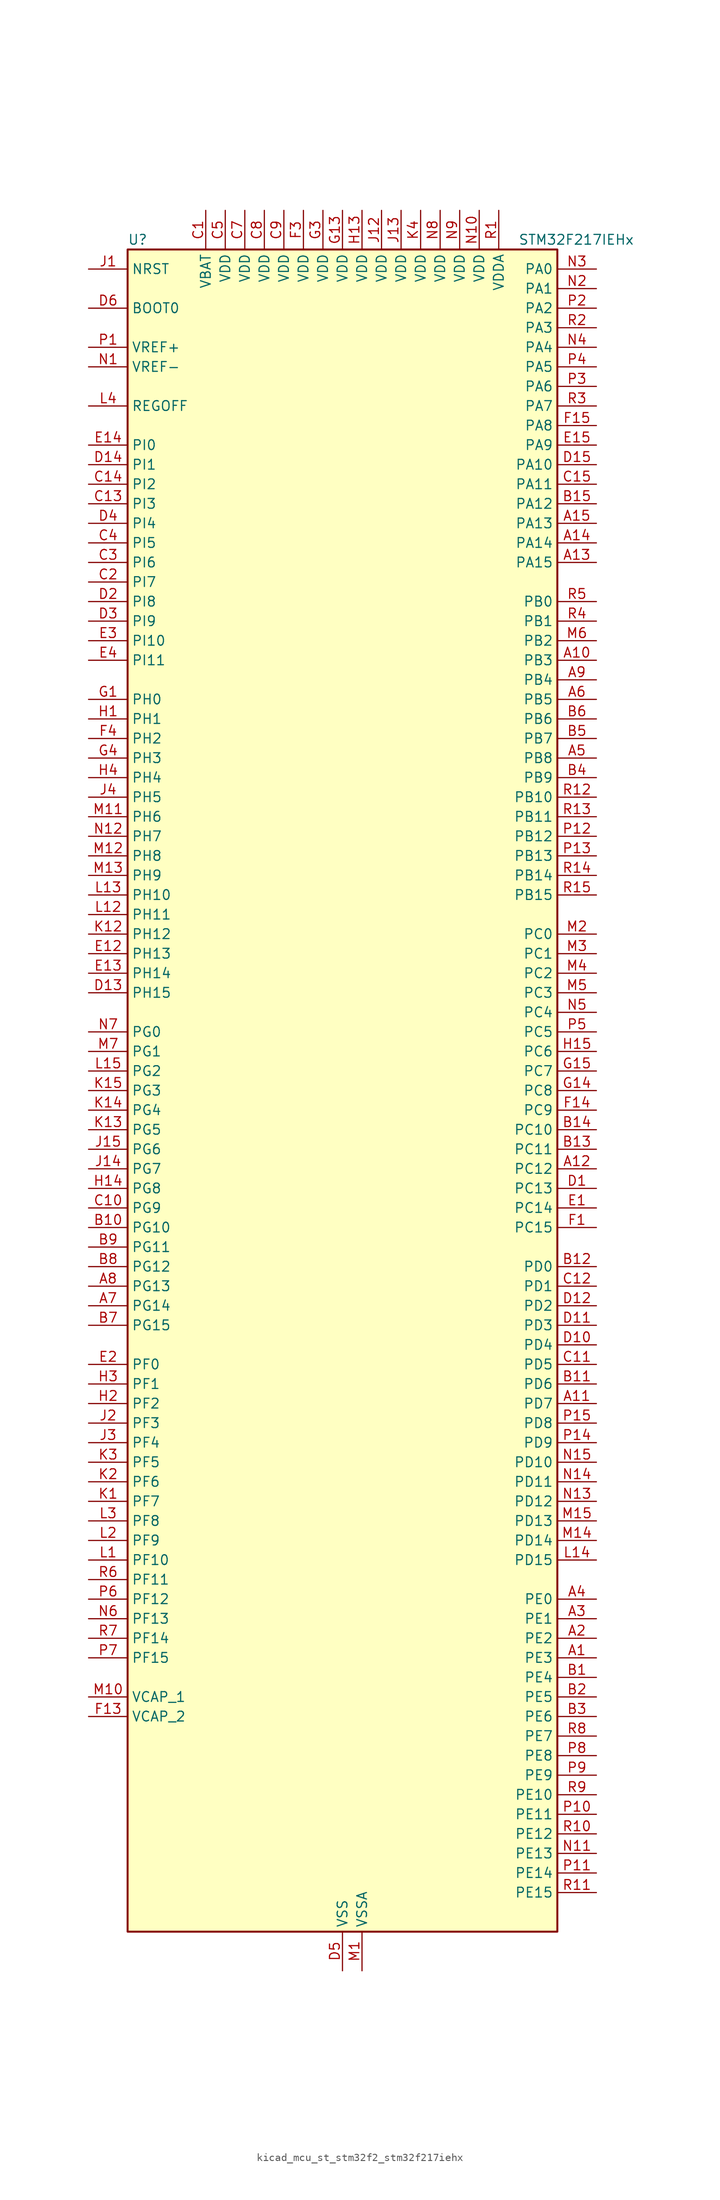
<source format=kicad_sym>
(kicad_symbol_lib
  (version 20220914)
  (generator kicad_symbol_editor)
  (symbol "kicad_mcu_st_stm32f2_stm32f217iehx"
    (property "Reference" "U"
      (at -27.94 110.49 0)
      (effects (font (size 1.27 1.27)) (justify left)))
    (property "Value" "STM32F217IEHx"
      (at 22.86 110.49 0)
      (effects (font (size 1.27 1.27)) (justify left)))
    (property "ki_locked" ""
      (at 0 0 0)
      (effects (font (size 1.27 1.27))))
    (symbol "kicad_mcu_st_stm32f2_stm32f217iehx_0_1"
      (rectangle (start -27.94 -109.22) (end 27.94 109.22) (stroke (width 0.254) (type default)) (fill (type background))))
    (symbol "kicad_mcu_st_stm32f2_stm32f217iehx_1_1"
      (pin bidirectional line (at 33.02 -73.66 180) (length 5.08) (name "PE3" (effects (font (size 1.27 1.27)))) (number "A1" (effects (font (size 1.27 1.27)))) (alternate "FSMC_A19" bidirectional line) (alternate "SYS_TRACED0" bidirectional line))
      (pin bidirectional line (at 33.02 55.88 180) (length 5.08) (name "PB3" (effects (font (size 1.27 1.27)))) (number "A10" (effects (font (size 1.27 1.27)))) (alternate "I2S3_SCK" bidirectional line) (alternate "SPI1_SCK" bidirectional line) (alternate "SPI3_SCK" bidirectional line) (alternate "SYS_JTDO-SWO" bidirectional line) (alternate "TIM2_CH2" bidirectional line))
      (pin bidirectional line (at 33.02 -40.64 180) (length 5.08) (name "PD7" (effects (font (size 1.27 1.27)))) (number "A11" (effects (font (size 1.27 1.27)))) (alternate "FSMC_NCE2" bidirectional line) (alternate "FSMC_NE1" bidirectional line) (alternate "USART2_CK" bidirectional line))
      (pin bidirectional line (at 33.02 -10.16 180) (length 5.08) (name "PC12" (effects (font (size 1.27 1.27)))) (number "A12" (effects (font (size 1.27 1.27)))) (alternate "DCMI_D9" bidirectional line) (alternate "I2S3_SD" bidirectional line) (alternate "SDIO_CK" bidirectional line) (alternate "SPI3_MOSI" bidirectional line) (alternate "UART5_TX" bidirectional line) (alternate "USART3_CK" bidirectional line))
      (pin bidirectional line (at 33.02 68.58 180) (length 5.08) (name "PA15" (effects (font (size 1.27 1.27)))) (number "A13" (effects (font (size 1.27 1.27)))) (alternate "ADC1_EXTI15" bidirectional line) (alternate "ADC2_EXTI15" bidirectional line) (alternate "ADC3_EXTI15" bidirectional line) (alternate "I2S3_WS" bidirectional line) (alternate "SPI1_NSS" bidirectional line) (alternate "SPI3_NSS" bidirectional line) (alternate "SYS_JTDI" bidirectional line) (alternate "TIM2_CH1" bidirectional line) (alternate "TIM2_ETR" bidirectional line))
      (pin bidirectional line (at 33.02 71.12 180) (length 5.08) (name "PA14" (effects (font (size 1.27 1.27)))) (number "A14" (effects (font (size 1.27 1.27)))) (alternate "SYS_JTCK-SWCLK" bidirectional line))
      (pin bidirectional line (at 33.02 73.66 180) (length 5.08) (name "PA13" (effects (font (size 1.27 1.27)))) (number "A15" (effects (font (size 1.27 1.27)))) (alternate "SYS_JTMS-SWDIO" bidirectional line))
      (pin bidirectional line (at 33.02 -71.12 180) (length 5.08) (name "PE2" (effects (font (size 1.27 1.27)))) (number "A2" (effects (font (size 1.27 1.27)))) (alternate "ETH_TXD3" bidirectional line) (alternate "FSMC_A23" bidirectional line) (alternate "SYS_TRACECLK" bidirectional line))
      (pin bidirectional line (at 33.02 -68.58 180) (length 5.08) (name "PE1" (effects (font (size 1.27 1.27)))) (number "A3" (effects (font (size 1.27 1.27)))) (alternate "DCMI_D3" bidirectional line) (alternate "FSMC_NBL1" bidirectional line))
      (pin bidirectional line (at 33.02 -66.04 180) (length 5.08) (name "PE0" (effects (font (size 1.27 1.27)))) (number "A4" (effects (font (size 1.27 1.27)))) (alternate "DCMI_D2" bidirectional line) (alternate "FSMC_NBL0" bidirectional line) (alternate "TIM4_ETR" bidirectional line))
      (pin bidirectional line (at 33.02 43.18 180) (length 5.08) (name "PB8" (effects (font (size 1.27 1.27)))) (number "A5" (effects (font (size 1.27 1.27)))) (alternate "CAN1_RX" bidirectional line) (alternate "DCMI_D6" bidirectional line) (alternate "ETH_TXD3" bidirectional line) (alternate "I2C1_SCL" bidirectional line) (alternate "SDIO_D4" bidirectional line) (alternate "TIM10_CH1" bidirectional line) (alternate "TIM4_CH3" bidirectional line))
      (pin bidirectional line (at 33.02 50.8 180) (length 5.08) (name "PB5" (effects (font (size 1.27 1.27)))) (number "A6" (effects (font (size 1.27 1.27)))) (alternate "CAN2_RX" bidirectional line) (alternate "DCMI_D10" bidirectional line) (alternate "ETH_PPS_OUT" bidirectional line) (alternate "I2C1_SMBA" bidirectional line) (alternate "I2S3_SD" bidirectional line) (alternate "SPI1_MOSI" bidirectional line) (alternate "SPI3_MOSI" bidirectional line) (alternate "TIM3_CH2" bidirectional line) (alternate "USB_OTG_HS_ULPI_D7" bidirectional line))
      (pin bidirectional line (at -33.02 -27.94 0) (length 5.08) (name "PG14" (effects (font (size 1.27 1.27)))) (number "A7" (effects (font (size 1.27 1.27)))) (alternate "ETH_TXD1" bidirectional line) (alternate "FSMC_A25" bidirectional line) (alternate "USART6_TX" bidirectional line))
      (pin bidirectional line (at -33.02 -25.4 0) (length 5.08) (name "PG13" (effects (font (size 1.27 1.27)))) (number "A8" (effects (font (size 1.27 1.27)))) (alternate "ETH_TXD0" bidirectional line) (alternate "FSMC_A24" bidirectional line) (alternate "USART6_CTS" bidirectional line))
      (pin bidirectional line (at 33.02 53.34 180) (length 5.08) (name "PB4" (effects (font (size 1.27 1.27)))) (number "A9" (effects (font (size 1.27 1.27)))) (alternate "SPI1_MISO" bidirectional line) (alternate "SPI3_MISO" bidirectional line) (alternate "SYS_JTRST" bidirectional line) (alternate "TIM3_CH1" bidirectional line))
      (pin bidirectional line (at 33.02 -76.2 180) (length 5.08) (name "PE4" (effects (font (size 1.27 1.27)))) (number "B1" (effects (font (size 1.27 1.27)))) (alternate "DCMI_D4" bidirectional line) (alternate "FSMC_A20" bidirectional line) (alternate "SYS_TRACED1" bidirectional line))
      (pin bidirectional line (at -33.02 -17.78 0) (length 5.08) (name "PG10" (effects (font (size 1.27 1.27)))) (number "B10" (effects (font (size 1.27 1.27)))) (alternate "FSMC_NCE4_1" bidirectional line) (alternate "FSMC_NE3" bidirectional line))
      (pin bidirectional line (at 33.02 -38.1 180) (length 5.08) (name "PD6" (effects (font (size 1.27 1.27)))) (number "B11" (effects (font (size 1.27 1.27)))) (alternate "FSMC_NWAIT" bidirectional line) (alternate "USART2_RX" bidirectional line))
      (pin bidirectional line (at 33.02 -22.86 180) (length 5.08) (name "PD0" (effects (font (size 1.27 1.27)))) (number "B12" (effects (font (size 1.27 1.27)))) (alternate "CAN1_RX" bidirectional line) (alternate "FSMC_D2" bidirectional line) (alternate "FSMC_DA2" bidirectional line))
      (pin bidirectional line (at 33.02 -7.62 180) (length 5.08) (name "PC11" (effects (font (size 1.27 1.27)))) (number "B13" (effects (font (size 1.27 1.27)))) (alternate "ADC1_EXTI11" bidirectional line) (alternate "ADC2_EXTI11" bidirectional line) (alternate "ADC3_EXTI11" bidirectional line) (alternate "DCMI_D4" bidirectional line) (alternate "SDIO_D3" bidirectional line) (alternate "SPI3_MISO" bidirectional line) (alternate "UART4_RX" bidirectional line) (alternate "USART3_RX" bidirectional line))
      (pin bidirectional line (at 33.02 -5.08 180) (length 5.08) (name "PC10" (effects (font (size 1.27 1.27)))) (number "B14" (effects (font (size 1.27 1.27)))) (alternate "DCMI_D8" bidirectional line) (alternate "I2S3_SCK" bidirectional line) (alternate "SDIO_D2" bidirectional line) (alternate "SPI3_SCK" bidirectional line) (alternate "UART4_TX" bidirectional line) (alternate "USART3_TX" bidirectional line))
      (pin bidirectional line (at 33.02 76.2 180) (length 5.08) (name "PA12" (effects (font (size 1.27 1.27)))) (number "B15" (effects (font (size 1.27 1.27)))) (alternate "CAN1_TX" bidirectional line) (alternate "TIM1_ETR" bidirectional line) (alternate "USART1_RTS" bidirectional line) (alternate "USB_OTG_FS_DP" bidirectional line))
      (pin bidirectional line (at 33.02 -78.74 180) (length 5.08) (name "PE5" (effects (font (size 1.27 1.27)))) (number "B2" (effects (font (size 1.27 1.27)))) (alternate "DCMI_D6" bidirectional line) (alternate "FSMC_A21" bidirectional line) (alternate "SYS_TRACED2" bidirectional line) (alternate "TIM9_CH1" bidirectional line))
      (pin bidirectional line (at 33.02 -81.28 180) (length 5.08) (name "PE6" (effects (font (size 1.27 1.27)))) (number "B3" (effects (font (size 1.27 1.27)))) (alternate "DCMI_D7" bidirectional line) (alternate "FSMC_A22" bidirectional line) (alternate "SYS_TRACED3" bidirectional line) (alternate "TIM9_CH2" bidirectional line))
      (pin bidirectional line (at 33.02 40.64 180) (length 5.08) (name "PB9" (effects (font (size 1.27 1.27)))) (number "B4" (effects (font (size 1.27 1.27)))) (alternate "CAN1_TX" bidirectional line) (alternate "DAC_EXTI9" bidirectional line) (alternate "DCMI_D7" bidirectional line) (alternate "I2C1_SDA" bidirectional line) (alternate "I2S2_WS" bidirectional line) (alternate "SDIO_D5" bidirectional line) (alternate "SPI2_NSS" bidirectional line) (alternate "TIM11_CH1" bidirectional line) (alternate "TIM4_CH4" bidirectional line))
      (pin bidirectional line (at 33.02 45.72 180) (length 5.08) (name "PB7" (effects (font (size 1.27 1.27)))) (number "B5" (effects (font (size 1.27 1.27)))) (alternate "DCMI_VSYNC" bidirectional line) (alternate "FSMC_NL" bidirectional line) (alternate "I2C1_SDA" bidirectional line) (alternate "TIM4_CH2" bidirectional line) (alternate "USART1_RX" bidirectional line))
      (pin bidirectional line (at 33.02 48.26 180) (length 5.08) (name "PB6" (effects (font (size 1.27 1.27)))) (number "B6" (effects (font (size 1.27 1.27)))) (alternate "CAN2_TX" bidirectional line) (alternate "DCMI_D5" bidirectional line) (alternate "I2C1_SCL" bidirectional line) (alternate "TIM4_CH1" bidirectional line) (alternate "USART1_TX" bidirectional line))
      (pin bidirectional line (at -33.02 -30.48 0) (length 5.08) (name "PG15" (effects (font (size 1.27 1.27)))) (number "B7" (effects (font (size 1.27 1.27)))) (alternate "ADC1_EXTI15" bidirectional line) (alternate "ADC2_EXTI15" bidirectional line) (alternate "ADC3_EXTI15" bidirectional line) (alternate "DCMI_D13" bidirectional line) (alternate "USART6_CTS" bidirectional line))
      (pin bidirectional line (at -33.02 -22.86 0) (length 5.08) (name "PG12" (effects (font (size 1.27 1.27)))) (number "B8" (effects (font (size 1.27 1.27)))) (alternate "FSMC_NE4" bidirectional line) (alternate "USART6_RTS" bidirectional line))
      (pin bidirectional line (at -33.02 -20.32 0) (length 5.08) (name "PG11" (effects (font (size 1.27 1.27)))) (number "B9" (effects (font (size 1.27 1.27)))) (alternate "ADC1_EXTI11" bidirectional line) (alternate "ADC2_EXTI11" bidirectional line) (alternate "ADC3_EXTI11" bidirectional line) (alternate "ETH_TX_EN" bidirectional line) (alternate "FSMC_NCE4_2" bidirectional line))
      (pin power_in line (at -17.78 114.3 270) (length 5.08) (name "VBAT" (effects (font (size 1.27 1.27)))) (number "C1" (effects (font (size 1.27 1.27)))))
      (pin bidirectional line (at -33.02 -15.24 0) (length 5.08) (name "PG9" (effects (font (size 1.27 1.27)))) (number "C10" (effects (font (size 1.27 1.27)))) (alternate "DAC_EXTI9" bidirectional line) (alternate "FSMC_NCE3" bidirectional line) (alternate "FSMC_NE2" bidirectional line) (alternate "USART6_RX" bidirectional line))
      (pin bidirectional line (at 33.02 -35.56 180) (length 5.08) (name "PD5" (effects (font (size 1.27 1.27)))) (number "C11" (effects (font (size 1.27 1.27)))) (alternate "FSMC_NWE" bidirectional line) (alternate "USART2_TX" bidirectional line))
      (pin bidirectional line (at 33.02 -25.4 180) (length 5.08) (name "PD1" (effects (font (size 1.27 1.27)))) (number "C12" (effects (font (size 1.27 1.27)))) (alternate "CAN1_TX" bidirectional line) (alternate "FSMC_D3" bidirectional line) (alternate "FSMC_DA3" bidirectional line))
      (pin bidirectional line (at -33.02 76.2 0) (length 5.08) (name "PI3" (effects (font (size 1.27 1.27)))) (number "C13" (effects (font (size 1.27 1.27)))) (alternate "DCMI_D10" bidirectional line) (alternate "I2S2_SD" bidirectional line) (alternate "SPI2_MOSI" bidirectional line) (alternate "TIM8_ETR" bidirectional line))
      (pin bidirectional line (at -33.02 78.74 0) (length 5.08) (name "PI2" (effects (font (size 1.27 1.27)))) (number "C14" (effects (font (size 1.27 1.27)))) (alternate "DCMI_D9" bidirectional line) (alternate "SPI2_MISO" bidirectional line) (alternate "TIM8_CH4" bidirectional line))
      (pin bidirectional line (at 33.02 78.74 180) (length 5.08) (name "PA11" (effects (font (size 1.27 1.27)))) (number "C15" (effects (font (size 1.27 1.27)))) (alternate "ADC1_EXTI11" bidirectional line) (alternate "ADC2_EXTI11" bidirectional line) (alternate "ADC3_EXTI11" bidirectional line) (alternate "CAN1_RX" bidirectional line) (alternate "TIM1_CH4" bidirectional line) (alternate "USART1_CTS" bidirectional line) (alternate "USB_OTG_FS_DM" bidirectional line))
      (pin bidirectional line (at -33.02 66.04 0) (length 5.08) (name "PI7" (effects (font (size 1.27 1.27)))) (number "C2" (effects (font (size 1.27 1.27)))) (alternate "DCMI_D7" bidirectional line) (alternate "TIM8_CH3" bidirectional line))
      (pin bidirectional line (at -33.02 68.58 0) (length 5.08) (name "PI6" (effects (font (size 1.27 1.27)))) (number "C3" (effects (font (size 1.27 1.27)))) (alternate "DCMI_D6" bidirectional line) (alternate "TIM8_CH2" bidirectional line))
      (pin bidirectional line (at -33.02 71.12 0) (length 5.08) (name "PI5" (effects (font (size 1.27 1.27)))) (number "C4" (effects (font (size 1.27 1.27)))) (alternate "DCMI_VSYNC" bidirectional line) (alternate "TIM8_CH1" bidirectional line))
      (pin power_in line (at -15.24 114.3 270) (length 5.08) (name "VDD" (effects (font (size 1.27 1.27)))) (number "C5" (effects (font (size 1.27 1.27)))))
      (pin no_connect line (at -27.94 -109.22 0) (length 5.08) hide (name "RFU" (effects (font (size 1.27 1.27)))) (number "C6" (effects (font (size 1.27 1.27)))))
      (pin power_in line (at -12.7 114.3 270) (length 5.08) (name "VDD" (effects (font (size 1.27 1.27)))) (number "C7" (effects (font (size 1.27 1.27)))))
      (pin power_in line (at -10.16 114.3 270) (length 5.08) (name "VDD" (effects (font (size 1.27 1.27)))) (number "C8" (effects (font (size 1.27 1.27)))))
      (pin power_in line (at -7.62 114.3 270) (length 5.08) (name "VDD" (effects (font (size 1.27 1.27)))) (number "C9" (effects (font (size 1.27 1.27)))))
      (pin bidirectional line (at 33.02 -12.7 180) (length 5.08) (name "PC13" (effects (font (size 1.27 1.27)))) (number "D1" (effects (font (size 1.27 1.27)))) (alternate "RTC_AF1" bidirectional line))
      (pin bidirectional line (at 33.02 -33.02 180) (length 5.08) (name "PD4" (effects (font (size 1.27 1.27)))) (number "D10" (effects (font (size 1.27 1.27)))) (alternate "FSMC_NOE" bidirectional line) (alternate "USART2_RTS" bidirectional line))
      (pin bidirectional line (at 33.02 -30.48 180) (length 5.08) (name "PD3" (effects (font (size 1.27 1.27)))) (number "D11" (effects (font (size 1.27 1.27)))) (alternate "FSMC_CLK" bidirectional line) (alternate "USART2_CTS" bidirectional line))
      (pin bidirectional line (at 33.02 -27.94 180) (length 5.08) (name "PD2" (effects (font (size 1.27 1.27)))) (number "D12" (effects (font (size 1.27 1.27)))) (alternate "DCMI_D11" bidirectional line) (alternate "SDIO_CMD" bidirectional line) (alternate "TIM3_ETR" bidirectional line) (alternate "UART5_RX" bidirectional line))
      (pin bidirectional line (at -33.02 12.7 0) (length 5.08) (name "PH15" (effects (font (size 1.27 1.27)))) (number "D13" (effects (font (size 1.27 1.27)))) (alternate "ADC1_EXTI15" bidirectional line) (alternate "ADC2_EXTI15" bidirectional line) (alternate "ADC3_EXTI15" bidirectional line) (alternate "DCMI_D11" bidirectional line) (alternate "TIM8_CH3N" bidirectional line))
      (pin bidirectional line (at -33.02 81.28 0) (length 5.08) (name "PI1" (effects (font (size 1.27 1.27)))) (number "D14" (effects (font (size 1.27 1.27)))) (alternate "DCMI_D8" bidirectional line) (alternate "I2S2_SCK" bidirectional line) (alternate "SPI2_SCK" bidirectional line))
      (pin bidirectional line (at 33.02 81.28 180) (length 5.08) (name "PA10" (effects (font (size 1.27 1.27)))) (number "D15" (effects (font (size 1.27 1.27)))) (alternate "DCMI_D1" bidirectional line) (alternate "TIM1_CH3" bidirectional line) (alternate "USART1_RX" bidirectional line) (alternate "USB_OTG_FS_ID" bidirectional line))
      (pin bidirectional line (at -33.02 63.5 0) (length 5.08) (name "PI8" (effects (font (size 1.27 1.27)))) (number "D2" (effects (font (size 1.27 1.27)))) (alternate "RTC_AF2" bidirectional line))
      (pin bidirectional line (at -33.02 60.96 0) (length 5.08) (name "PI9" (effects (font (size 1.27 1.27)))) (number "D3" (effects (font (size 1.27 1.27)))) (alternate "CAN1_RX" bidirectional line) (alternate "DAC_EXTI9" bidirectional line))
      (pin bidirectional line (at -33.02 73.66 0) (length 5.08) (name "PI4" (effects (font (size 1.27 1.27)))) (number "D4" (effects (font (size 1.27 1.27)))) (alternate "DCMI_D5" bidirectional line) (alternate "TIM8_BKIN" bidirectional line))
      (pin power_in line (at 0 -114.3 90) (length 5.08) (name "VSS" (effects (font (size 1.27 1.27)))) (number "D5" (effects (font (size 1.27 1.27)))))
      (pin input line (at -33.02 101.6 0) (length 5.08) (name "BOOT0" (effects (font (size 1.27 1.27)))) (number "D6" (effects (font (size 1.27 1.27)))))
      (pin passive line (at 0 -114.3 90) (length 5.08) hide (name "VSS" (effects (font (size 1.27 1.27)))) (number "D7" (effects (font (size 1.27 1.27)))))
      (pin passive line (at 0 -114.3 90) (length 5.08) hide (name "VSS" (effects (font (size 1.27 1.27)))) (number "D8" (effects (font (size 1.27 1.27)))))
      (pin passive line (at 0 -114.3 90) (length 5.08) hide (name "VSS" (effects (font (size 1.27 1.27)))) (number "D9" (effects (font (size 1.27 1.27)))))
      (pin bidirectional line (at 33.02 -15.24 180) (length 5.08) (name "PC14" (effects (font (size 1.27 1.27)))) (number "E1" (effects (font (size 1.27 1.27)))) (alternate "RCC_OSC32_IN" bidirectional line))
      (pin bidirectional line (at -33.02 17.78 0) (length 5.08) (name "PH13" (effects (font (size 1.27 1.27)))) (number "E12" (effects (font (size 1.27 1.27)))) (alternate "CAN1_TX" bidirectional line) (alternate "TIM8_CH1N" bidirectional line))
      (pin bidirectional line (at -33.02 15.24 0) (length 5.08) (name "PH14" (effects (font (size 1.27 1.27)))) (number "E13" (effects (font (size 1.27 1.27)))) (alternate "DCMI_D4" bidirectional line) (alternate "TIM8_CH2N" bidirectional line))
      (pin bidirectional line (at -33.02 83.82 0) (length 5.08) (name "PI0" (effects (font (size 1.27 1.27)))) (number "E14" (effects (font (size 1.27 1.27)))) (alternate "DCMI_D13" bidirectional line) (alternate "I2S2_WS" bidirectional line) (alternate "SPI2_NSS" bidirectional line) (alternate "TIM5_CH4" bidirectional line))
      (pin bidirectional line (at 33.02 83.82 180) (length 5.08) (name "PA9" (effects (font (size 1.27 1.27)))) (number "E15" (effects (font (size 1.27 1.27)))) (alternate "DAC_EXTI9" bidirectional line) (alternate "DCMI_D0" bidirectional line) (alternate "I2C3_SMBA" bidirectional line) (alternate "TIM1_CH2" bidirectional line) (alternate "USART1_TX" bidirectional line) (alternate "USB_OTG_FS_VBUS" bidirectional line))
      (pin bidirectional line (at -33.02 -35.56 0) (length 5.08) (name "PF0" (effects (font (size 1.27 1.27)))) (number "E2" (effects (font (size 1.27 1.27)))) (alternate "FSMC_A0" bidirectional line) (alternate "I2C2_SDA" bidirectional line))
      (pin bidirectional line (at -33.02 58.42 0) (length 5.08) (name "PI10" (effects (font (size 1.27 1.27)))) (number "E3" (effects (font (size 1.27 1.27)))) (alternate "ETH_RX_ER" bidirectional line))
      (pin bidirectional line (at -33.02 55.88 0) (length 5.08) (name "PI11" (effects (font (size 1.27 1.27)))) (number "E4" (effects (font (size 1.27 1.27)))) (alternate "ADC1_EXTI11" bidirectional line) (alternate "ADC2_EXTI11" bidirectional line) (alternate "ADC3_EXTI11" bidirectional line) (alternate "USB_OTG_HS_ULPI_DIR" bidirectional line))
      (pin bidirectional line (at 33.02 -17.78 180) (length 5.08) (name "PC15" (effects (font (size 1.27 1.27)))) (number "F1" (effects (font (size 1.27 1.27)))) (alternate "ADC1_EXTI15" bidirectional line) (alternate "ADC2_EXTI15" bidirectional line) (alternate "ADC3_EXTI15" bidirectional line) (alternate "RCC_OSC32_OUT" bidirectional line))
      (pin passive line (at 0 -114.3 90) (length 5.08) hide (name "VSS" (effects (font (size 1.27 1.27)))) (number "F10" (effects (font (size 1.27 1.27)))))
      (pin passive line (at 0 -114.3 90) (length 5.08) hide (name "VSS" (effects (font (size 1.27 1.27)))) (number "F12" (effects (font (size 1.27 1.27)))))
      (pin power_out line (at -33.02 -81.28 0) (length 5.08) (name "VCAP_2" (effects (font (size 1.27 1.27)))) (number "F13" (effects (font (size 1.27 1.27)))))
      (pin bidirectional line (at 33.02 -2.54 180) (length 5.08) (name "PC9" (effects (font (size 1.27 1.27)))) (number "F14" (effects (font (size 1.27 1.27)))) (alternate "DAC_EXTI9" bidirectional line) (alternate "DCMI_D3" bidirectional line) (alternate "I2C3_SDA" bidirectional line) (alternate "I2S_CKIN" bidirectional line) (alternate "RCC_MCO_2" bidirectional line) (alternate "SDIO_D1" bidirectional line) (alternate "TIM3_CH4" bidirectional line) (alternate "TIM8_CH4" bidirectional line))
      (pin bidirectional line (at 33.02 86.36 180) (length 5.08) (name "PA8" (effects (font (size 1.27 1.27)))) (number "F15" (effects (font (size 1.27 1.27)))) (alternate "I2C3_SCL" bidirectional line) (alternate "RCC_MCO_1" bidirectional line) (alternate "TIM1_CH1" bidirectional line) (alternate "USART1_CK" bidirectional line) (alternate "USB_OTG_FS_SOF" bidirectional line))
      (pin passive line (at 0 -114.3 90) (length 5.08) hide (name "VSS" (effects (font (size 1.27 1.27)))) (number "F2" (effects (font (size 1.27 1.27)))))
      (pin power_in line (at -5.08 114.3 270) (length 5.08) (name "VDD" (effects (font (size 1.27 1.27)))) (number "F3" (effects (font (size 1.27 1.27)))))
      (pin bidirectional line (at -33.02 45.72 0) (length 5.08) (name "PH2" (effects (font (size 1.27 1.27)))) (number "F4" (effects (font (size 1.27 1.27)))) (alternate "ETH_CRS" bidirectional line))
      (pin passive line (at 0 -114.3 90) (length 5.08) hide (name "VSS" (effects (font (size 1.27 1.27)))) (number "F6" (effects (font (size 1.27 1.27)))))
      (pin passive line (at 0 -114.3 90) (length 5.08) hide (name "VSS" (effects (font (size 1.27 1.27)))) (number "F7" (effects (font (size 1.27 1.27)))))
      (pin passive line (at 0 -114.3 90) (length 5.08) hide (name "VSS" (effects (font (size 1.27 1.27)))) (number "F8" (effects (font (size 1.27 1.27)))))
      (pin passive line (at 0 -114.3 90) (length 5.08) hide (name "VSS" (effects (font (size 1.27 1.27)))) (number "F9" (effects (font (size 1.27 1.27)))))
      (pin bidirectional line (at -33.02 50.8 0) (length 5.08) (name "PH0" (effects (font (size 1.27 1.27)))) (number "G1" (effects (font (size 1.27 1.27)))) (alternate "RCC_OSC_IN" bidirectional line))
      (pin passive line (at 0 -114.3 90) (length 5.08) hide (name "VSS" (effects (font (size 1.27 1.27)))) (number "G10" (effects (font (size 1.27 1.27)))))
      (pin passive line (at 0 -114.3 90) (length 5.08) hide (name "VSS" (effects (font (size 1.27 1.27)))) (number "G12" (effects (font (size 1.27 1.27)))))
      (pin power_in line (at 0 114.3 270) (length 5.08) (name "VDD" (effects (font (size 1.27 1.27)))) (number "G13" (effects (font (size 1.27 1.27)))))
      (pin bidirectional line (at 33.02 0 180) (length 5.08) (name "PC8" (effects (font (size 1.27 1.27)))) (number "G14" (effects (font (size 1.27 1.27)))) (alternate "DCMI_D2" bidirectional line) (alternate "SDIO_D0" bidirectional line) (alternate "TIM3_CH3" bidirectional line) (alternate "TIM8_CH3" bidirectional line) (alternate "USART6_CK" bidirectional line))
      (pin bidirectional line (at 33.02 2.54 180) (length 5.08) (name "PC7" (effects (font (size 1.27 1.27)))) (number "G15" (effects (font (size 1.27 1.27)))) (alternate "DCMI_D1" bidirectional line) (alternate "I2S3_MCK" bidirectional line) (alternate "SDIO_D7" bidirectional line) (alternate "TIM3_CH2" bidirectional line) (alternate "TIM8_CH2" bidirectional line) (alternate "USART6_RX" bidirectional line))
      (pin passive line (at 0 -114.3 90) (length 5.08) hide (name "VSS" (effects (font (size 1.27 1.27)))) (number "G2" (effects (font (size 1.27 1.27)))))
      (pin power_in line (at -2.54 114.3 270) (length 5.08) (name "VDD" (effects (font (size 1.27 1.27)))) (number "G3" (effects (font (size 1.27 1.27)))))
      (pin bidirectional line (at -33.02 43.18 0) (length 5.08) (name "PH3" (effects (font (size 1.27 1.27)))) (number "G4" (effects (font (size 1.27 1.27)))) (alternate "ETH_COL" bidirectional line))
      (pin passive line (at 0 -114.3 90) (length 5.08) hide (name "VSS" (effects (font (size 1.27 1.27)))) (number "G6" (effects (font (size 1.27 1.27)))))
      (pin passive line (at 0 -114.3 90) (length 5.08) hide (name "VSS" (effects (font (size 1.27 1.27)))) (number "G7" (effects (font (size 1.27 1.27)))))
      (pin passive line (at 0 -114.3 90) (length 5.08) hide (name "VSS" (effects (font (size 1.27 1.27)))) (number "G8" (effects (font (size 1.27 1.27)))))
      (pin passive line (at 0 -114.3 90) (length 5.08) hide (name "VSS" (effects (font (size 1.27 1.27)))) (number "G9" (effects (font (size 1.27 1.27)))))
      (pin bidirectional line (at -33.02 48.26 0) (length 5.08) (name "PH1" (effects (font (size 1.27 1.27)))) (number "H1" (effects (font (size 1.27 1.27)))) (alternate "RCC_OSC_OUT" bidirectional line))
      (pin passive line (at 0 -114.3 90) (length 5.08) hide (name "VSS" (effects (font (size 1.27 1.27)))) (number "H10" (effects (font (size 1.27 1.27)))))
      (pin passive line (at 0 -114.3 90) (length 5.08) hide (name "VSS" (effects (font (size 1.27 1.27)))) (number "H12" (effects (font (size 1.27 1.27)))))
      (pin power_in line (at 2.54 114.3 270) (length 5.08) (name "VDD" (effects (font (size 1.27 1.27)))) (number "H13" (effects (font (size 1.27 1.27)))))
      (pin bidirectional line (at -33.02 -12.7 0) (length 5.08) (name "PG8" (effects (font (size 1.27 1.27)))) (number "H14" (effects (font (size 1.27 1.27)))) (alternate "ETH_PPS_OUT" bidirectional line) (alternate "USART6_RTS" bidirectional line))
      (pin bidirectional line (at 33.02 5.08 180) (length 5.08) (name "PC6" (effects (font (size 1.27 1.27)))) (number "H15" (effects (font (size 1.27 1.27)))) (alternate "DCMI_D0" bidirectional line) (alternate "I2S2_MCK" bidirectional line) (alternate "SDIO_D6" bidirectional line) (alternate "TIM3_CH1" bidirectional line) (alternate "TIM8_CH1" bidirectional line) (alternate "USART6_TX" bidirectional line))
      (pin bidirectional line (at -33.02 -40.64 0) (length 5.08) (name "PF2" (effects (font (size 1.27 1.27)))) (number "H2" (effects (font (size 1.27 1.27)))) (alternate "FSMC_A2" bidirectional line) (alternate "I2C2_SMBA" bidirectional line))
      (pin bidirectional line (at -33.02 -38.1 0) (length 5.08) (name "PF1" (effects (font (size 1.27 1.27)))) (number "H3" (effects (font (size 1.27 1.27)))) (alternate "FSMC_A1" bidirectional line) (alternate "I2C2_SCL" bidirectional line))
      (pin bidirectional line (at -33.02 40.64 0) (length 5.08) (name "PH4" (effects (font (size 1.27 1.27)))) (number "H4" (effects (font (size 1.27 1.27)))) (alternate "I2C2_SCL" bidirectional line) (alternate "USB_OTG_HS_ULPI_NXT" bidirectional line))
      (pin passive line (at 0 -114.3 90) (length 5.08) hide (name "VSS" (effects (font (size 1.27 1.27)))) (number "H6" (effects (font (size 1.27 1.27)))))
      (pin passive line (at 0 -114.3 90) (length 5.08) hide (name "VSS" (effects (font (size 1.27 1.27)))) (number "H7" (effects (font (size 1.27 1.27)))))
      (pin passive line (at 0 -114.3 90) (length 5.08) hide (name "VSS" (effects (font (size 1.27 1.27)))) (number "H8" (effects (font (size 1.27 1.27)))))
      (pin passive line (at 0 -114.3 90) (length 5.08) hide (name "VSS" (effects (font (size 1.27 1.27)))) (number "H9" (effects (font (size 1.27 1.27)))))
      (pin input line (at -33.02 106.68 0) (length 5.08) (name "NRST" (effects (font (size 1.27 1.27)))) (number "J1" (effects (font (size 1.27 1.27)))))
      (pin passive line (at 0 -114.3 90) (length 5.08) hide (name "VSS" (effects (font (size 1.27 1.27)))) (number "J10" (effects (font (size 1.27 1.27)))))
      (pin power_in line (at 5.08 114.3 270) (length 5.08) (name "VDD" (effects (font (size 1.27 1.27)))) (number "J12" (effects (font (size 1.27 1.27)))))
      (pin power_in line (at 7.62 114.3 270) (length 5.08) (name "VDD" (effects (font (size 1.27 1.27)))) (number "J13" (effects (font (size 1.27 1.27)))))
      (pin bidirectional line (at -33.02 -10.16 0) (length 5.08) (name "PG7" (effects (font (size 1.27 1.27)))) (number "J14" (effects (font (size 1.27 1.27)))) (alternate "FSMC_INT3" bidirectional line) (alternate "USART6_CK" bidirectional line))
      (pin bidirectional line (at -33.02 -7.62 0) (length 5.08) (name "PG6" (effects (font (size 1.27 1.27)))) (number "J15" (effects (font (size 1.27 1.27)))) (alternate "FSMC_INT2" bidirectional line))
      (pin bidirectional line (at -33.02 -43.18 0) (length 5.08) (name "PF3" (effects (font (size 1.27 1.27)))) (number "J2" (effects (font (size 1.27 1.27)))) (alternate "ADC3_IN9" bidirectional line) (alternate "FSMC_A3" bidirectional line))
      (pin bidirectional line (at -33.02 -45.72 0) (length 5.08) (name "PF4" (effects (font (size 1.27 1.27)))) (number "J3" (effects (font (size 1.27 1.27)))) (alternate "ADC3_IN14" bidirectional line) (alternate "FSMC_A4" bidirectional line))
      (pin bidirectional line (at -33.02 38.1 0) (length 5.08) (name "PH5" (effects (font (size 1.27 1.27)))) (number "J4" (effects (font (size 1.27 1.27)))) (alternate "I2C2_SDA" bidirectional line))
      (pin passive line (at 0 -114.3 90) (length 5.08) hide (name "VSS" (effects (font (size 1.27 1.27)))) (number "J6" (effects (font (size 1.27 1.27)))))
      (pin passive line (at 0 -114.3 90) (length 5.08) hide (name "VSS" (effects (font (size 1.27 1.27)))) (number "J7" (effects (font (size 1.27 1.27)))))
      (pin passive line (at 0 -114.3 90) (length 5.08) hide (name "VSS" (effects (font (size 1.27 1.27)))) (number "J8" (effects (font (size 1.27 1.27)))))
      (pin passive line (at 0 -114.3 90) (length 5.08) hide (name "VSS" (effects (font (size 1.27 1.27)))) (number "J9" (effects (font (size 1.27 1.27)))))
      (pin bidirectional line (at -33.02 -53.34 0) (length 5.08) (name "PF7" (effects (font (size 1.27 1.27)))) (number "K1" (effects (font (size 1.27 1.27)))) (alternate "ADC3_IN5" bidirectional line) (alternate "FSMC_NREG" bidirectional line) (alternate "TIM11_CH1" bidirectional line))
      (pin passive line (at 0 -114.3 90) (length 5.08) hide (name "VSS" (effects (font (size 1.27 1.27)))) (number "K10" (effects (font (size 1.27 1.27)))))
      (pin bidirectional line (at -33.02 20.32 0) (length 5.08) (name "PH12" (effects (font (size 1.27 1.27)))) (number "K12" (effects (font (size 1.27 1.27)))) (alternate "DCMI_D3" bidirectional line) (alternate "TIM5_CH3" bidirectional line))
      (pin bidirectional line (at -33.02 -5.08 0) (length 5.08) (name "PG5" (effects (font (size 1.27 1.27)))) (number "K13" (effects (font (size 1.27 1.27)))) (alternate "FSMC_A15" bidirectional line))
      (pin bidirectional line (at -33.02 -2.54 0) (length 5.08) (name "PG4" (effects (font (size 1.27 1.27)))) (number "K14" (effects (font (size 1.27 1.27)))) (alternate "FSMC_A14" bidirectional line))
      (pin bidirectional line (at -33.02 0 0) (length 5.08) (name "PG3" (effects (font (size 1.27 1.27)))) (number "K15" (effects (font (size 1.27 1.27)))) (alternate "FSMC_A13" bidirectional line))
      (pin bidirectional line (at -33.02 -50.8 0) (length 5.08) (name "PF6" (effects (font (size 1.27 1.27)))) (number "K2" (effects (font (size 1.27 1.27)))) (alternate "ADC3_IN4" bidirectional line) (alternate "FSMC_NIORD" bidirectional line) (alternate "TIM10_CH1" bidirectional line))
      (pin bidirectional line (at -33.02 -48.26 0) (length 5.08) (name "PF5" (effects (font (size 1.27 1.27)))) (number "K3" (effects (font (size 1.27 1.27)))) (alternate "ADC3_IN15" bidirectional line) (alternate "FSMC_A5" bidirectional line))
      (pin power_in line (at 10.16 114.3 270) (length 5.08) (name "VDD" (effects (font (size 1.27 1.27)))) (number "K4" (effects (font (size 1.27 1.27)))))
      (pin passive line (at 0 -114.3 90) (length 5.08) hide (name "VSS" (effects (font (size 1.27 1.27)))) (number "K6" (effects (font (size 1.27 1.27)))))
      (pin passive line (at 0 -114.3 90) (length 5.08) hide (name "VSS" (effects (font (size 1.27 1.27)))) (number "K7" (effects (font (size 1.27 1.27)))))
      (pin passive line (at 0 -114.3 90) (length 5.08) hide (name "VSS" (effects (font (size 1.27 1.27)))) (number "K8" (effects (font (size 1.27 1.27)))))
      (pin passive line (at 0 -114.3 90) (length 5.08) hide (name "VSS" (effects (font (size 1.27 1.27)))) (number "K9" (effects (font (size 1.27 1.27)))))
      (pin bidirectional line (at -33.02 -60.96 0) (length 5.08) (name "PF10" (effects (font (size 1.27 1.27)))) (number "L1" (effects (font (size 1.27 1.27)))) (alternate "ADC3_IN8" bidirectional line) (alternate "FSMC_INTR" bidirectional line))
      (pin bidirectional line (at -33.02 22.86 0) (length 5.08) (name "PH11" (effects (font (size 1.27 1.27)))) (number "L12" (effects (font (size 1.27 1.27)))) (alternate "ADC1_EXTI11" bidirectional line) (alternate "ADC2_EXTI11" bidirectional line) (alternate "ADC3_EXTI11" bidirectional line) (alternate "DCMI_D2" bidirectional line) (alternate "TIM5_CH2" bidirectional line))
      (pin bidirectional line (at -33.02 25.4 0) (length 5.08) (name "PH10" (effects (font (size 1.27 1.27)))) (number "L13" (effects (font (size 1.27 1.27)))) (alternate "DCMI_D1" bidirectional line) (alternate "TIM5_CH1" bidirectional line))
      (pin bidirectional line (at 33.02 -60.96 180) (length 5.08) (name "PD15" (effects (font (size 1.27 1.27)))) (number "L14" (effects (font (size 1.27 1.27)))) (alternate "ADC1_EXTI15" bidirectional line) (alternate "ADC2_EXTI15" bidirectional line) (alternate "ADC3_EXTI15" bidirectional line) (alternate "FSMC_D1" bidirectional line) (alternate "FSMC_DA1" bidirectional line) (alternate "TIM4_CH4" bidirectional line))
      (pin bidirectional line (at -33.02 2.54 0) (length 5.08) (name "PG2" (effects (font (size 1.27 1.27)))) (number "L15" (effects (font (size 1.27 1.27)))) (alternate "FSMC_A12" bidirectional line))
      (pin bidirectional line (at -33.02 -58.42 0) (length 5.08) (name "PF9" (effects (font (size 1.27 1.27)))) (number "L2" (effects (font (size 1.27 1.27)))) (alternate "ADC3_IN7" bidirectional line) (alternate "DAC_EXTI9" bidirectional line) (alternate "FSMC_CD" bidirectional line) (alternate "TIM14_CH1" bidirectional line))
      (pin bidirectional line (at -33.02 -55.88 0) (length 5.08) (name "PF8" (effects (font (size 1.27 1.27)))) (number "L3" (effects (font (size 1.27 1.27)))) (alternate "ADC3_IN6" bidirectional line) (alternate "FSMC_NIOWR" bidirectional line) (alternate "TIM13_CH1" bidirectional line))
      (pin input line (at -33.02 88.9 0) (length 5.08) (name "REGOFF" (effects (font (size 1.27 1.27)))) (number "L4" (effects (font (size 1.27 1.27)))))
      (pin power_in line (at 2.54 -114.3 90) (length 5.08) (name "VSSA" (effects (font (size 1.27 1.27)))) (number "M1" (effects (font (size 1.27 1.27)))))
      (pin power_out line (at -33.02 -78.74 0) (length 5.08) (name "VCAP_1" (effects (font (size 1.27 1.27)))) (number "M10" (effects (font (size 1.27 1.27)))))
      (pin bidirectional line (at -33.02 35.56 0) (length 5.08) (name "PH6" (effects (font (size 1.27 1.27)))) (number "M11" (effects (font (size 1.27 1.27)))) (alternate "ETH_RXD2" bidirectional line) (alternate "I2C2_SMBA" bidirectional line) (alternate "TIM12_CH1" bidirectional line))
      (pin bidirectional line (at -33.02 30.48 0) (length 5.08) (name "PH8" (effects (font (size 1.27 1.27)))) (number "M12" (effects (font (size 1.27 1.27)))) (alternate "DCMI_HSYNC" bidirectional line) (alternate "I2C3_SDA" bidirectional line))
      (pin bidirectional line (at -33.02 27.94 0) (length 5.08) (name "PH9" (effects (font (size 1.27 1.27)))) (number "M13" (effects (font (size 1.27 1.27)))) (alternate "DAC_EXTI9" bidirectional line) (alternate "DCMI_D0" bidirectional line) (alternate "I2C3_SMBA" bidirectional line) (alternate "TIM12_CH2" bidirectional line))
      (pin bidirectional line (at 33.02 -58.42 180) (length 5.08) (name "PD14" (effects (font (size 1.27 1.27)))) (number "M14" (effects (font (size 1.27 1.27)))) (alternate "FSMC_D0" bidirectional line) (alternate "FSMC_DA0" bidirectional line) (alternate "TIM4_CH3" bidirectional line))
      (pin bidirectional line (at 33.02 -55.88 180) (length 5.08) (name "PD13" (effects (font (size 1.27 1.27)))) (number "M15" (effects (font (size 1.27 1.27)))) (alternate "FSMC_A18" bidirectional line) (alternate "TIM4_CH2" bidirectional line))
      (pin bidirectional line (at 33.02 20.32 180) (length 5.08) (name "PC0" (effects (font (size 1.27 1.27)))) (number "M2" (effects (font (size 1.27 1.27)))) (alternate "ADC1_IN10" bidirectional line) (alternate "ADC2_IN10" bidirectional line) (alternate "ADC3_IN10" bidirectional line) (alternate "USB_OTG_HS_ULPI_STP" bidirectional line))
      (pin bidirectional line (at 33.02 17.78 180) (length 5.08) (name "PC1" (effects (font (size 1.27 1.27)))) (number "M3" (effects (font (size 1.27 1.27)))) (alternate "ADC1_IN11" bidirectional line) (alternate "ADC2_IN11" bidirectional line) (alternate "ADC3_IN11" bidirectional line) (alternate "ETH_MDC" bidirectional line))
      (pin bidirectional line (at 33.02 15.24 180) (length 5.08) (name "PC2" (effects (font (size 1.27 1.27)))) (number "M4" (effects (font (size 1.27 1.27)))) (alternate "ADC1_IN12" bidirectional line) (alternate "ADC2_IN12" bidirectional line) (alternate "ADC3_IN12" bidirectional line) (alternate "ETH_TXD2" bidirectional line) (alternate "SPI2_MISO" bidirectional line) (alternate "USB_OTG_HS_ULPI_DIR" bidirectional line))
      (pin bidirectional line (at 33.02 12.7 180) (length 5.08) (name "PC3" (effects (font (size 1.27 1.27)))) (number "M5" (effects (font (size 1.27 1.27)))) (alternate "ADC1_IN13" bidirectional line) (alternate "ADC2_IN13" bidirectional line) (alternate "ADC3_IN13" bidirectional line) (alternate "ETH_TX_CLK" bidirectional line) (alternate "I2S2_SD" bidirectional line) (alternate "SPI2_MOSI" bidirectional line) (alternate "USB_OTG_HS_ULPI_NXT" bidirectional line))
      (pin bidirectional line (at 33.02 58.42 180) (length 5.08) (name "PB2" (effects (font (size 1.27 1.27)))) (number "M6" (effects (font (size 1.27 1.27)))))
      (pin bidirectional line (at -33.02 5.08 0) (length 5.08) (name "PG1" (effects (font (size 1.27 1.27)))) (number "M7" (effects (font (size 1.27 1.27)))) (alternate "FSMC_A11" bidirectional line))
      (pin passive line (at 0 -114.3 90) (length 5.08) hide (name "VSS" (effects (font (size 1.27 1.27)))) (number "M8" (effects (font (size 1.27 1.27)))))
      (pin passive line (at 0 -114.3 90) (length 5.08) hide (name "VSS" (effects (font (size 1.27 1.27)))) (number "M9" (effects (font (size 1.27 1.27)))))
      (pin input line (at -33.02 93.98 0) (length 5.08) (name "VREF-" (effects (font (size 1.27 1.27)))) (number "N1" (effects (font (size 1.27 1.27)))))
      (pin power_in line (at 17.78 114.3 270) (length 5.08) (name "VDD" (effects (font (size 1.27 1.27)))) (number "N10" (effects (font (size 1.27 1.27)))))
      (pin bidirectional line (at 33.02 -99.06 180) (length 5.08) (name "PE13" (effects (font (size 1.27 1.27)))) (number "N11" (effects (font (size 1.27 1.27)))) (alternate "FSMC_D10" bidirectional line) (alternate "FSMC_DA10" bidirectional line) (alternate "TIM1_CH3" bidirectional line))
      (pin bidirectional line (at -33.02 33.02 0) (length 5.08) (name "PH7" (effects (font (size 1.27 1.27)))) (number "N12" (effects (font (size 1.27 1.27)))) (alternate "ETH_RXD3" bidirectional line) (alternate "I2C3_SCL" bidirectional line))
      (pin bidirectional line (at 33.02 -53.34 180) (length 5.08) (name "PD12" (effects (font (size 1.27 1.27)))) (number "N13" (effects (font (size 1.27 1.27)))) (alternate "FSMC_A17" bidirectional line) (alternate "FSMC_ALE" bidirectional line) (alternate "TIM4_CH1" bidirectional line) (alternate "USART3_RTS" bidirectional line))
      (pin bidirectional line (at 33.02 -50.8 180) (length 5.08) (name "PD11" (effects (font (size 1.27 1.27)))) (number "N14" (effects (font (size 1.27 1.27)))) (alternate "ADC1_EXTI11" bidirectional line) (alternate "ADC2_EXTI11" bidirectional line) (alternate "ADC3_EXTI11" bidirectional line) (alternate "FSMC_A16" bidirectional line) (alternate "FSMC_CLE" bidirectional line) (alternate "USART3_CTS" bidirectional line))
      (pin bidirectional line (at 33.02 -48.26 180) (length 5.08) (name "PD10" (effects (font (size 1.27 1.27)))) (number "N15" (effects (font (size 1.27 1.27)))) (alternate "FSMC_D15" bidirectional line) (alternate "FSMC_DA15" bidirectional line) (alternate "USART3_CK" bidirectional line))
      (pin bidirectional line (at 33.02 104.14 180) (length 5.08) (name "PA1" (effects (font (size 1.27 1.27)))) (number "N2" (effects (font (size 1.27 1.27)))) (alternate "ADC1_IN1" bidirectional line) (alternate "ADC2_IN1" bidirectional line) (alternate "ADC3_IN1" bidirectional line) (alternate "ETH_REF_CLK" bidirectional line) (alternate "ETH_RX_CLK" bidirectional line) (alternate "TIM2_CH2" bidirectional line) (alternate "TIM5_CH2" bidirectional line) (alternate "UART4_RX" bidirectional line) (alternate "USART2_RTS" bidirectional line))
      (pin bidirectional line (at 33.02 106.68 180) (length 5.08) (name "PA0" (effects (font (size 1.27 1.27)))) (number "N3" (effects (font (size 1.27 1.27)))) (alternate "ADC1_IN0" bidirectional line) (alternate "ADC2_IN0" bidirectional line) (alternate "ADC3_IN0" bidirectional line) (alternate "ETH_CRS" bidirectional line) (alternate "SYS_WKUP" bidirectional line) (alternate "TIM2_CH1" bidirectional line) (alternate "TIM2_ETR" bidirectional line) (alternate "TIM5_CH1" bidirectional line) (alternate "TIM8_ETR" bidirectional line) (alternate "UART4_TX" bidirectional line) (alternate "USART2_CTS" bidirectional line))
      (pin bidirectional line (at 33.02 96.52 180) (length 5.08) (name "PA4" (effects (font (size 1.27 1.27)))) (number "N4" (effects (font (size 1.27 1.27)))) (alternate "ADC1_IN4" bidirectional line) (alternate "ADC2_IN4" bidirectional line) (alternate "DAC_OUT1" bidirectional line) (alternate "DCMI_HSYNC" bidirectional line) (alternate "I2S3_WS" bidirectional line) (alternate "SPI1_NSS" bidirectional line) (alternate "SPI3_NSS" bidirectional line) (alternate "USART2_CK" bidirectional line) (alternate "USB_OTG_HS_SOF" bidirectional line))
      (pin bidirectional line (at 33.02 10.16 180) (length 5.08) (name "PC4" (effects (font (size 1.27 1.27)))) (number "N5" (effects (font (size 1.27 1.27)))) (alternate "ADC1_IN14" bidirectional line) (alternate "ADC2_IN14" bidirectional line) (alternate "ETH_RXD0" bidirectional line))
      (pin bidirectional line (at -33.02 -68.58 0) (length 5.08) (name "PF13" (effects (font (size 1.27 1.27)))) (number "N6" (effects (font (size 1.27 1.27)))) (alternate "FSMC_A7" bidirectional line))
      (pin bidirectional line (at -33.02 7.62 0) (length 5.08) (name "PG0" (effects (font (size 1.27 1.27)))) (number "N7" (effects (font (size 1.27 1.27)))) (alternate "FSMC_A10" bidirectional line))
      (pin power_in line (at 12.7 114.3 270) (length 5.08) (name "VDD" (effects (font (size 1.27 1.27)))) (number "N8" (effects (font (size 1.27 1.27)))))
      (pin power_in line (at 15.24 114.3 270) (length 5.08) (name "VDD" (effects (font (size 1.27 1.27)))) (number "N9" (effects (font (size 1.27 1.27)))))
      (pin input line (at -33.02 96.52 0) (length 5.08) (name "VREF+" (effects (font (size 1.27 1.27)))) (number "P1" (effects (font (size 1.27 1.27)))))
      (pin bidirectional line (at 33.02 -93.98 180) (length 5.08) (name "PE11" (effects (font (size 1.27 1.27)))) (number "P10" (effects (font (size 1.27 1.27)))) (alternate "ADC1_EXTI11" bidirectional line) (alternate "ADC2_EXTI11" bidirectional line) (alternate "ADC3_EXTI11" bidirectional line) (alternate "FSMC_D8" bidirectional line) (alternate "FSMC_DA8" bidirectional line) (alternate "TIM1_CH2" bidirectional line))
      (pin bidirectional line (at 33.02 -101.6 180) (length 5.08) (name "PE14" (effects (font (size 1.27 1.27)))) (number "P11" (effects (font (size 1.27 1.27)))) (alternate "FSMC_D11" bidirectional line) (alternate "FSMC_DA11" bidirectional line) (alternate "TIM1_CH4" bidirectional line))
      (pin bidirectional line (at 33.02 33.02 180) (length 5.08) (name "PB12" (effects (font (size 1.27 1.27)))) (number "P12" (effects (font (size 1.27 1.27)))) (alternate "CAN2_RX" bidirectional line) (alternate "ETH_TXD0" bidirectional line) (alternate "I2C2_SMBA" bidirectional line) (alternate "I2S2_WS" bidirectional line) (alternate "SPI2_NSS" bidirectional line) (alternate "TIM1_BKIN" bidirectional line) (alternate "USART3_CK" bidirectional line) (alternate "USB_OTG_HS_ID" bidirectional line) (alternate "USB_OTG_HS_ULPI_D5" bidirectional line))
      (pin bidirectional line (at 33.02 30.48 180) (length 5.08) (name "PB13" (effects (font (size 1.27 1.27)))) (number "P13" (effects (font (size 1.27 1.27)))) (alternate "CAN2_TX" bidirectional line) (alternate "ETH_TXD1" bidirectional line) (alternate "I2S2_SCK" bidirectional line) (alternate "SPI2_SCK" bidirectional line) (alternate "TIM1_CH1N" bidirectional line) (alternate "USART3_CTS" bidirectional line) (alternate "USB_OTG_HS_ULPI_D6" bidirectional line) (alternate "USB_OTG_HS_VBUS" bidirectional line))
      (pin bidirectional line (at 33.02 -45.72 180) (length 5.08) (name "PD9" (effects (font (size 1.27 1.27)))) (number "P14" (effects (font (size 1.27 1.27)))) (alternate "DAC_EXTI9" bidirectional line) (alternate "FSMC_D14" bidirectional line) (alternate "FSMC_DA14" bidirectional line) (alternate "USART3_RX" bidirectional line))
      (pin bidirectional line (at 33.02 -43.18 180) (length 5.08) (name "PD8" (effects (font (size 1.27 1.27)))) (number "P15" (effects (font (size 1.27 1.27)))) (alternate "FSMC_D13" bidirectional line) (alternate "FSMC_DA13" bidirectional line) (alternate "USART3_TX" bidirectional line))
      (pin bidirectional line (at 33.02 101.6 180) (length 5.08) (name "PA2" (effects (font (size 1.27 1.27)))) (number "P2" (effects (font (size 1.27 1.27)))) (alternate "ADC1_IN2" bidirectional line) (alternate "ADC2_IN2" bidirectional line) (alternate "ADC3_IN2" bidirectional line) (alternate "ETH_MDIO" bidirectional line) (alternate "TIM2_CH3" bidirectional line) (alternate "TIM5_CH3" bidirectional line) (alternate "TIM9_CH1" bidirectional line) (alternate "USART2_TX" bidirectional line))
      (pin bidirectional line (at 33.02 91.44 180) (length 5.08) (name "PA6" (effects (font (size 1.27 1.27)))) (number "P3" (effects (font (size 1.27 1.27)))) (alternate "ADC1_IN6" bidirectional line) (alternate "ADC2_IN6" bidirectional line) (alternate "DCMI_PIXCLK" bidirectional line) (alternate "SPI1_MISO" bidirectional line) (alternate "TIM13_CH1" bidirectional line) (alternate "TIM1_BKIN" bidirectional line) (alternate "TIM3_CH1" bidirectional line) (alternate "TIM8_BKIN" bidirectional line))
      (pin bidirectional line (at 33.02 93.98 180) (length 5.08) (name "PA5" (effects (font (size 1.27 1.27)))) (number "P4" (effects (font (size 1.27 1.27)))) (alternate "ADC1_IN5" bidirectional line) (alternate "ADC2_IN5" bidirectional line) (alternate "DAC_OUT2" bidirectional line) (alternate "SPI1_SCK" bidirectional line) (alternate "TIM2_CH1" bidirectional line) (alternate "TIM2_ETR" bidirectional line) (alternate "TIM8_CH1N" bidirectional line) (alternate "USB_OTG_HS_ULPI_CK" bidirectional line))
      (pin bidirectional line (at 33.02 7.62 180) (length 5.08) (name "PC5" (effects (font (size 1.27 1.27)))) (number "P5" (effects (font (size 1.27 1.27)))) (alternate "ADC1_IN15" bidirectional line) (alternate "ADC2_IN15" bidirectional line) (alternate "ETH_RXD1" bidirectional line))
      (pin bidirectional line (at -33.02 -66.04 0) (length 5.08) (name "PF12" (effects (font (size 1.27 1.27)))) (number "P6" (effects (font (size 1.27 1.27)))) (alternate "FSMC_A6" bidirectional line))
      (pin bidirectional line (at -33.02 -73.66 0) (length 5.08) (name "PF15" (effects (font (size 1.27 1.27)))) (number "P7" (effects (font (size 1.27 1.27)))) (alternate "ADC1_EXTI15" bidirectional line) (alternate "ADC2_EXTI15" bidirectional line) (alternate "ADC3_EXTI15" bidirectional line) (alternate "FSMC_A9" bidirectional line))
      (pin bidirectional line (at 33.02 -86.36 180) (length 5.08) (name "PE8" (effects (font (size 1.27 1.27)))) (number "P8" (effects (font (size 1.27 1.27)))) (alternate "FSMC_D5" bidirectional line) (alternate "FSMC_DA5" bidirectional line) (alternate "TIM1_CH1N" bidirectional line))
      (pin bidirectional line (at 33.02 -88.9 180) (length 5.08) (name "PE9" (effects (font (size 1.27 1.27)))) (number "P9" (effects (font (size 1.27 1.27)))) (alternate "DAC_EXTI9" bidirectional line) (alternate "FSMC_D6" bidirectional line) (alternate "FSMC_DA6" bidirectional line) (alternate "TIM1_CH1" bidirectional line))
      (pin power_in line (at 20.32 114.3 270) (length 5.08) (name "VDDA" (effects (font (size 1.27 1.27)))) (number "R1" (effects (font (size 1.27 1.27)))))
      (pin bidirectional line (at 33.02 -96.52 180) (length 5.08) (name "PE12" (effects (font (size 1.27 1.27)))) (number "R10" (effects (font (size 1.27 1.27)))) (alternate "FSMC_D9" bidirectional line) (alternate "FSMC_DA9" bidirectional line) (alternate "TIM1_CH3N" bidirectional line))
      (pin bidirectional line (at 33.02 -104.14 180) (length 5.08) (name "PE15" (effects (font (size 1.27 1.27)))) (number "R11" (effects (font (size 1.27 1.27)))) (alternate "ADC1_EXTI15" bidirectional line) (alternate "ADC2_EXTI15" bidirectional line) (alternate "ADC3_EXTI15" bidirectional line) (alternate "FSMC_D12" bidirectional line) (alternate "FSMC_DA12" bidirectional line) (alternate "TIM1_BKIN" bidirectional line))
      (pin bidirectional line (at 33.02 38.1 180) (length 5.08) (name "PB10" (effects (font (size 1.27 1.27)))) (number "R12" (effects (font (size 1.27 1.27)))) (alternate "ETH_RX_ER" bidirectional line) (alternate "I2C2_SCL" bidirectional line) (alternate "I2S2_SCK" bidirectional line) (alternate "SPI2_SCK" bidirectional line) (alternate "TIM2_CH3" bidirectional line) (alternate "USART3_TX" bidirectional line) (alternate "USB_OTG_HS_ULPI_D3" bidirectional line))
      (pin bidirectional line (at 33.02 35.56 180) (length 5.08) (name "PB11" (effects (font (size 1.27 1.27)))) (number "R13" (effects (font (size 1.27 1.27)))) (alternate "ADC1_EXTI11" bidirectional line) (alternate "ADC2_EXTI11" bidirectional line) (alternate "ADC3_EXTI11" bidirectional line) (alternate "ETH_TX_EN" bidirectional line) (alternate "I2C2_SDA" bidirectional line) (alternate "TIM2_CH4" bidirectional line) (alternate "USART3_RX" bidirectional line) (alternate "USB_OTG_HS_ULPI_D4" bidirectional line))
      (pin bidirectional line (at 33.02 27.94 180) (length 5.08) (name "PB14" (effects (font (size 1.27 1.27)))) (number "R14" (effects (font (size 1.27 1.27)))) (alternate "SPI2_MISO" bidirectional line) (alternate "TIM12_CH1" bidirectional line) (alternate "TIM1_CH2N" bidirectional line) (alternate "TIM8_CH2N" bidirectional line) (alternate "USART3_RTS" bidirectional line) (alternate "USB_OTG_HS_DM" bidirectional line))
      (pin bidirectional line (at 33.02 25.4 180) (length 5.08) (name "PB15" (effects (font (size 1.27 1.27)))) (number "R15" (effects (font (size 1.27 1.27)))) (alternate "ADC1_EXTI15" bidirectional line) (alternate "ADC2_EXTI15" bidirectional line) (alternate "ADC3_EXTI15" bidirectional line) (alternate "I2S2_SD" bidirectional line) (alternate "RTC_REFIN" bidirectional line) (alternate "SPI2_MOSI" bidirectional line) (alternate "TIM12_CH2" bidirectional line) (alternate "TIM1_CH3N" bidirectional line) (alternate "TIM8_CH3N" bidirectional line) (alternate "USB_OTG_HS_DP" bidirectional line))
      (pin bidirectional line (at 33.02 99.06 180) (length 5.08) (name "PA3" (effects (font (size 1.27 1.27)))) (number "R2" (effects (font (size 1.27 1.27)))) (alternate "ADC1_IN3" bidirectional line) (alternate "ADC2_IN3" bidirectional line) (alternate "ADC3_IN3" bidirectional line) (alternate "ETH_COL" bidirectional line) (alternate "TIM2_CH4" bidirectional line) (alternate "TIM5_CH4" bidirectional line) (alternate "TIM9_CH2" bidirectional line) (alternate "USART2_RX" bidirectional line) (alternate "USB_OTG_HS_ULPI_D0" bidirectional line))
      (pin bidirectional line (at 33.02 88.9 180) (length 5.08) (name "PA7" (effects (font (size 1.27 1.27)))) (number "R3" (effects (font (size 1.27 1.27)))) (alternate "ADC1_IN7" bidirectional line) (alternate "ADC2_IN7" bidirectional line) (alternate "ETH_CRS_DV" bidirectional line) (alternate "ETH_RX_DV" bidirectional line) (alternate "SPI1_MOSI" bidirectional line) (alternate "TIM14_CH1" bidirectional line) (alternate "TIM1_CH1N" bidirectional line) (alternate "TIM3_CH2" bidirectional line) (alternate "TIM8_CH1N" bidirectional line))
      (pin bidirectional line (at 33.02 60.96 180) (length 5.08) (name "PB1" (effects (font (size 1.27 1.27)))) (number "R4" (effects (font (size 1.27 1.27)))) (alternate "ADC1_IN9" bidirectional line) (alternate "ADC2_IN9" bidirectional line) (alternate "ETH_RXD3" bidirectional line) (alternate "TIM1_CH3N" bidirectional line) (alternate "TIM3_CH4" bidirectional line) (alternate "TIM8_CH3N" bidirectional line) (alternate "USB_OTG_HS_ULPI_D2" bidirectional line))
      (pin bidirectional line (at 33.02 63.5 180) (length 5.08) (name "PB0" (effects (font (size 1.27 1.27)))) (number "R5" (effects (font (size 1.27 1.27)))) (alternate "ADC1_IN8" bidirectional line) (alternate "ADC2_IN8" bidirectional line) (alternate "ETH_RXD2" bidirectional line) (alternate "TIM1_CH2N" bidirectional line) (alternate "TIM3_CH3" bidirectional line) (alternate "TIM8_CH2N" bidirectional line) (alternate "USB_OTG_HS_ULPI_D1" bidirectional line))
      (pin bidirectional line (at -33.02 -63.5 0) (length 5.08) (name "PF11" (effects (font (size 1.27 1.27)))) (number "R6" (effects (font (size 1.27 1.27)))) (alternate "ADC1_EXTI11" bidirectional line) (alternate "ADC2_EXTI11" bidirectional line) (alternate "ADC3_EXTI11" bidirectional line) (alternate "DCMI_D12" bidirectional line))
      (pin bidirectional line (at -33.02 -71.12 0) (length 5.08) (name "PF14" (effects (font (size 1.27 1.27)))) (number "R7" (effects (font (size 1.27 1.27)))) (alternate "FSMC_A8" bidirectional line))
      (pin bidirectional line (at 33.02 -83.82 180) (length 5.08) (name "PE7" (effects (font (size 1.27 1.27)))) (number "R8" (effects (font (size 1.27 1.27)))) (alternate "FSMC_D4" bidirectional line) (alternate "FSMC_DA4" bidirectional line) (alternate "TIM1_ETR" bidirectional line))
      (pin bidirectional line (at 33.02 -91.44 180) (length 5.08) (name "PE10" (effects (font (size 1.27 1.27)))) (number "R9" (effects (font (size 1.27 1.27)))) (alternate "FSMC_D7" bidirectional line) (alternate "FSMC_DA7" bidirectional line) (alternate "TIM1_CH2N" bidirectional line)))))
</source>
